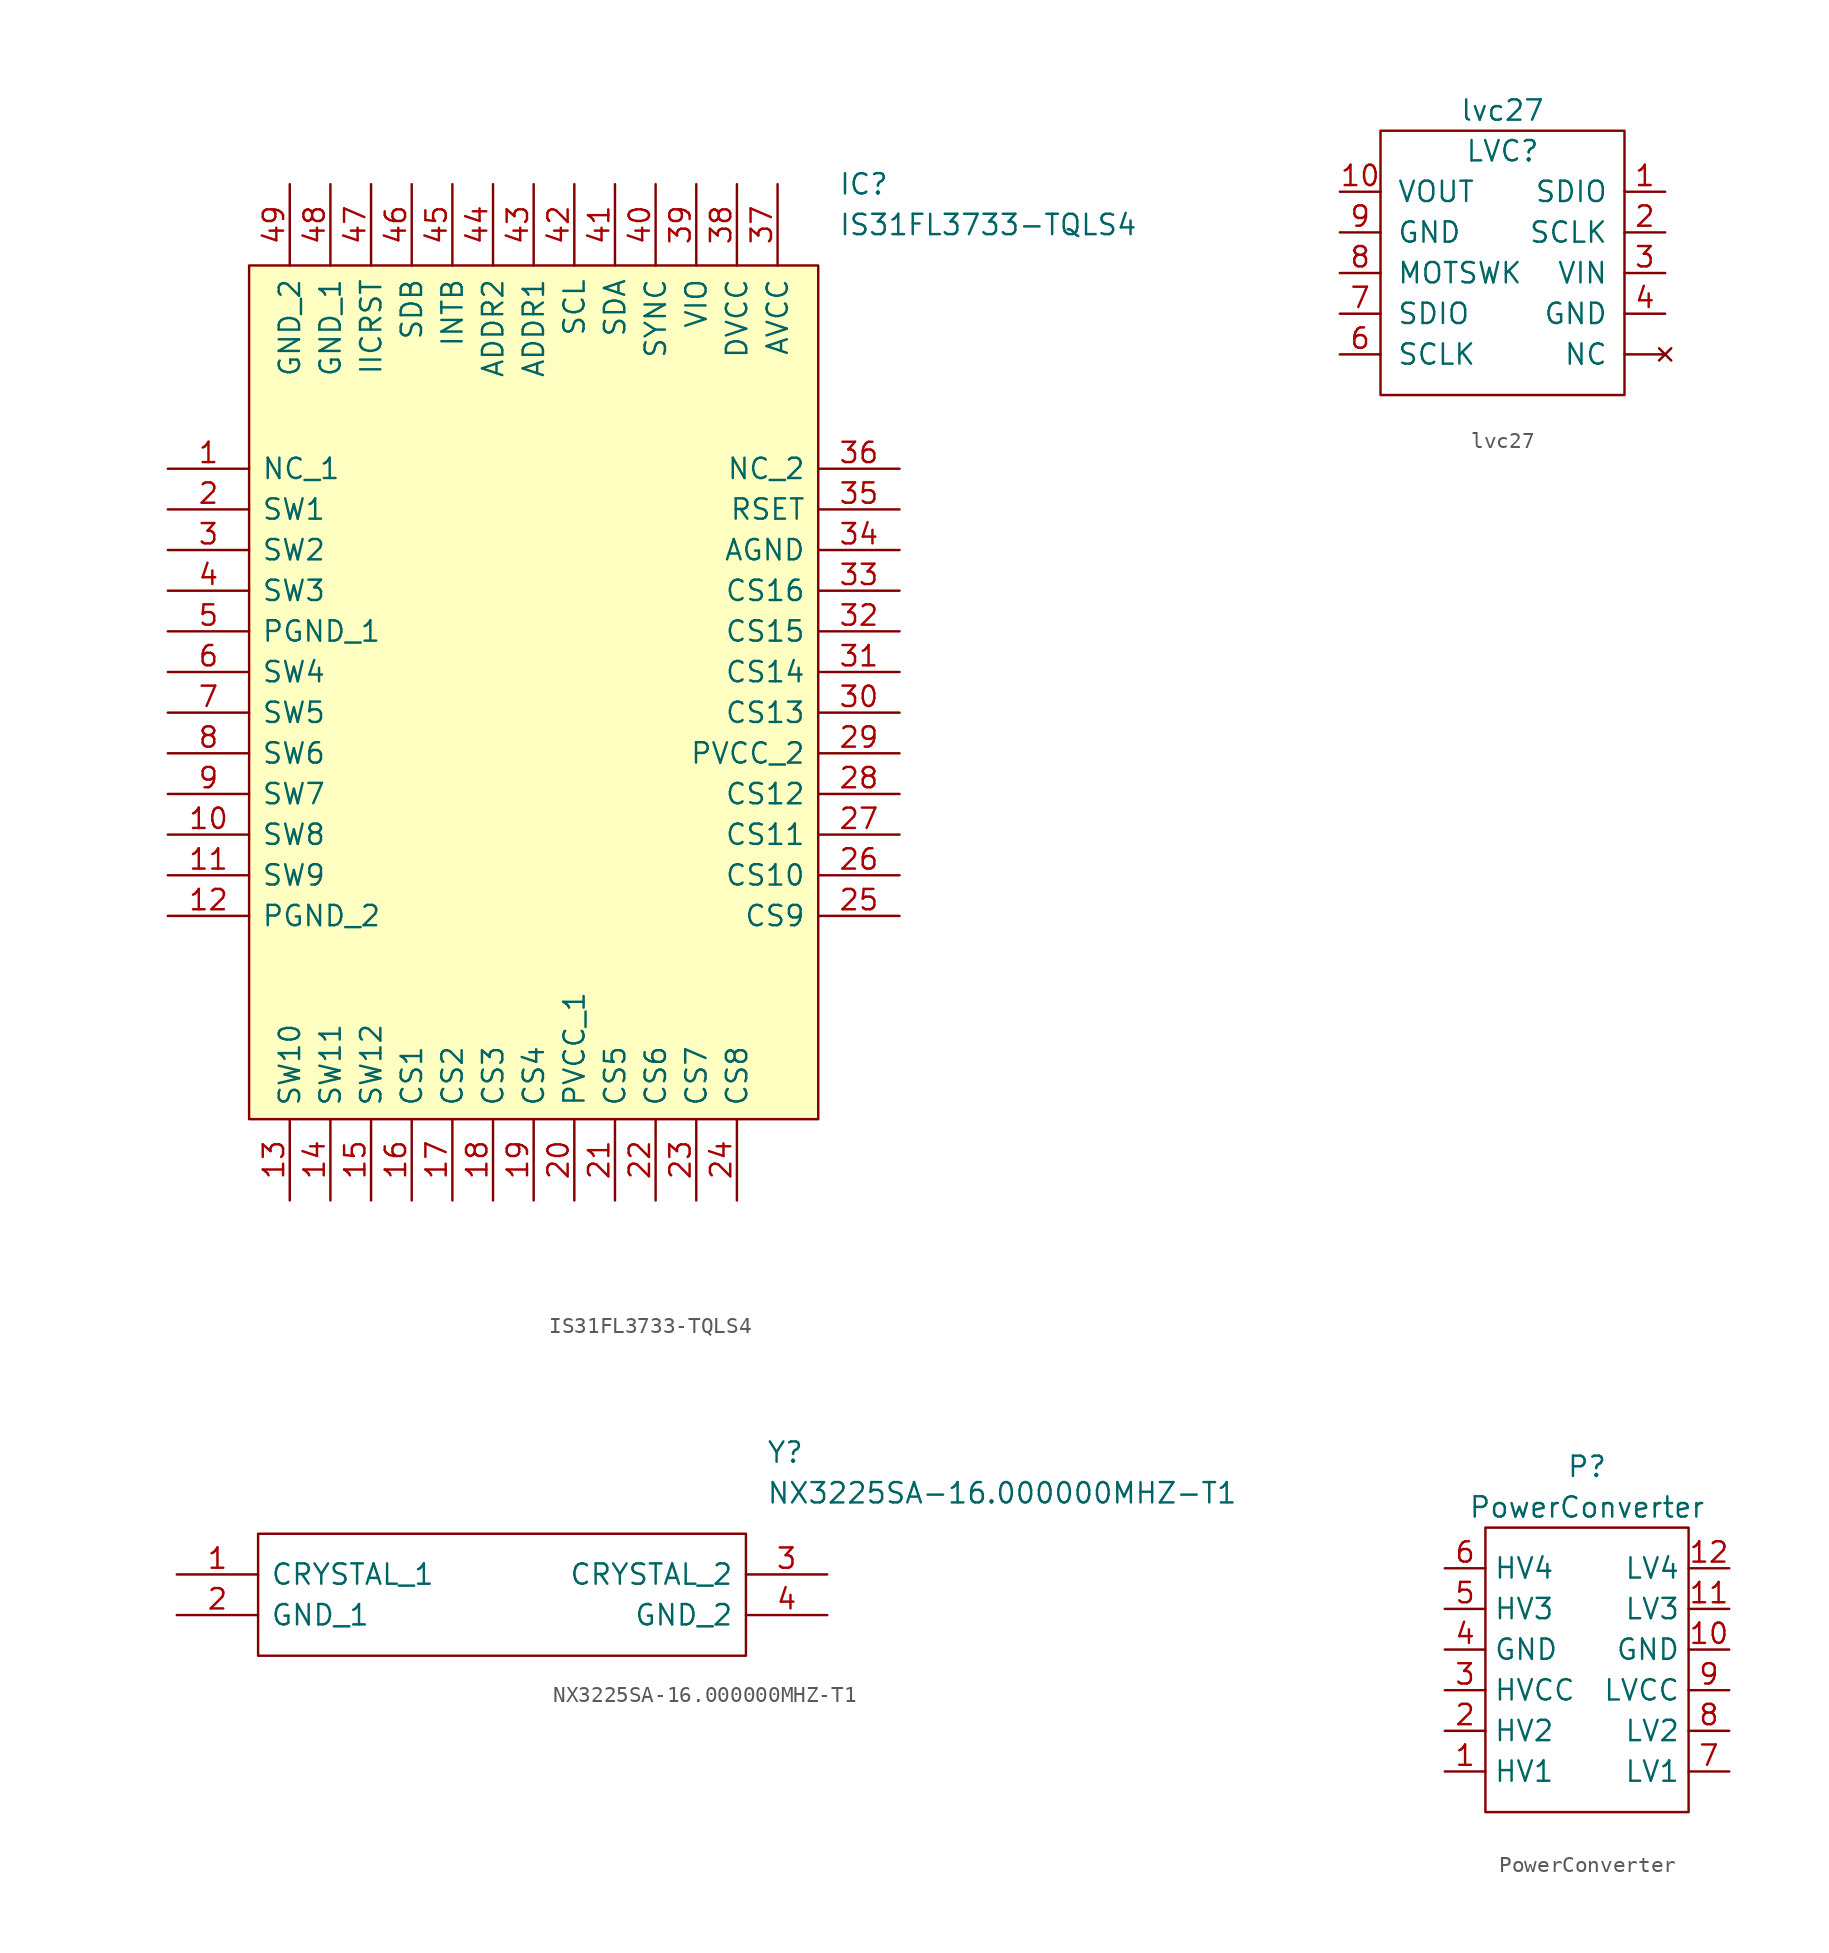
<source format=kicad_sym>
(kicad_symbol_lib
  (version 20211014)
  (generator kicad_symbol_editor)
  (symbol "IS31FL3733-TQLS4"
    (pin_names
      (offset 0.762))
    (property "Reference" "IC"
      (at 41.91 17.78 0)
      (effects (font (size 1.27 1.27)) (justify left)))
    (property "Value" "IS31FL3733-TQLS4"
      (at 41.91 15.24 0)
      (effects (font (size 1.27 1.27)) (justify left)))
    (symbol "IS31FL3733-TQLS4_0_0"
      (pin unspecified line (at 0 0 0) (length 5.08) (name "NC_1" (effects (font (size 1.27 1.27)))) (number "1" (effects (font (size 1.27 1.27)))))
      (pin unspecified line (at 0 -22.86 0) (length 5.08) (name "SW8" (effects (font (size 1.27 1.27)))) (number "10" (effects (font (size 1.27 1.27)))))
      (pin unspecified line (at 0 -25.4 0) (length 5.08) (name "SW9" (effects (font (size 1.27 1.27)))) (number "11" (effects (font (size 1.27 1.27)))))
      (pin unspecified line (at 0 -27.94 0) (length 5.08) (name "PGND_2" (effects (font (size 1.27 1.27)))) (number "12" (effects (font (size 1.27 1.27)))))
      (pin unspecified line (at 7.62 -45.72 90) (length 5.08) (name "SW10" (effects (font (size 1.27 1.27)))) (number "13" (effects (font (size 1.27 1.27)))))
      (pin unspecified line (at 10.16 -45.72 90) (length 5.08) (name "SW11" (effects (font (size 1.27 1.27)))) (number "14" (effects (font (size 1.27 1.27)))))
      (pin unspecified line (at 12.7 -45.72 90) (length 5.08) (name "SW12" (effects (font (size 1.27 1.27)))) (number "15" (effects (font (size 1.27 1.27)))))
      (pin unspecified line (at 15.24 -45.72 90) (length 5.08) (name "CS1" (effects (font (size 1.27 1.27)))) (number "16" (effects (font (size 1.27 1.27)))))
      (pin unspecified line (at 17.78 -45.72 90) (length 5.08) (name "CS2" (effects (font (size 1.27 1.27)))) (number "17" (effects (font (size 1.27 1.27)))))
      (pin unspecified line (at 20.32 -45.72 90) (length 5.08) (name "CS3" (effects (font (size 1.27 1.27)))) (number "18" (effects (font (size 1.27 1.27)))))
      (pin unspecified line (at 22.86 -45.72 90) (length 5.08) (name "CS4" (effects (font (size 1.27 1.27)))) (number "19" (effects (font (size 1.27 1.27)))))
      (pin unspecified line (at 0 -2.54 0) (length 5.08) (name "SW1" (effects (font (size 1.27 1.27)))) (number "2" (effects (font (size 1.27 1.27)))))
      (pin unspecified line (at 25.4 -45.72 90) (length 5.08) (name "PVCC_1" (effects (font (size 1.27 1.27)))) (number "20" (effects (font (size 1.27 1.27)))))
      (pin unspecified line (at 27.94 -45.72 90) (length 5.08) (name "CS5" (effects (font (size 1.27 1.27)))) (number "21" (effects (font (size 1.27 1.27)))))
      (pin unspecified line (at 30.48 -45.72 90) (length 5.08) (name "CS6" (effects (font (size 1.27 1.27)))) (number "22" (effects (font (size 1.27 1.27)))))
      (pin unspecified line (at 33.02 -45.72 90) (length 5.08) (name "CS7" (effects (font (size 1.27 1.27)))) (number "23" (effects (font (size 1.27 1.27)))))
      (pin unspecified line (at 35.56 -45.72 90) (length 5.08) (name "CS8" (effects (font (size 1.27 1.27)))) (number "24" (effects (font (size 1.27 1.27)))))
      (pin unspecified line (at 45.72 -27.94 180) (length 5.08) (name "CS9" (effects (font (size 1.27 1.27)))) (number "25" (effects (font (size 1.27 1.27)))))
      (pin unspecified line (at 45.72 -25.4 180) (length 5.08) (name "CS10" (effects (font (size 1.27 1.27)))) (number "26" (effects (font (size 1.27 1.27)))))
      (pin unspecified line (at 45.72 -22.86 180) (length 5.08) (name "CS11" (effects (font (size 1.27 1.27)))) (number "27" (effects (font (size 1.27 1.27)))))
      (pin unspecified line (at 45.72 -20.32 180) (length 5.08) (name "CS12" (effects (font (size 1.27 1.27)))) (number "28" (effects (font (size 1.27 1.27)))))
      (pin unspecified line (at 45.72 -17.78 180) (length 5.08) (name "PVCC_2" (effects (font (size 1.27 1.27)))) (number "29" (effects (font (size 1.27 1.27)))))
      (pin unspecified line (at 0 -5.08 0) (length 5.08) (name "SW2" (effects (font (size 1.27 1.27)))) (number "3" (effects (font (size 1.27 1.27)))))
      (pin unspecified line (at 45.72 -15.24 180) (length 5.08) (name "CS13" (effects (font (size 1.27 1.27)))) (number "30" (effects (font (size 1.27 1.27)))))
      (pin unspecified line (at 45.72 -12.7 180) (length 5.08) (name "CS14" (effects (font (size 1.27 1.27)))) (number "31" (effects (font (size 1.27 1.27)))))
      (pin unspecified line (at 45.72 -10.16 180) (length 5.08) (name "CS15" (effects (font (size 1.27 1.27)))) (number "32" (effects (font (size 1.27 1.27)))))
      (pin unspecified line (at 45.72 -7.62 180) (length 5.08) (name "CS16" (effects (font (size 1.27 1.27)))) (number "33" (effects (font (size 1.27 1.27)))))
      (pin unspecified line (at 45.72 -5.08 180) (length 5.08) (name "AGND" (effects (font (size 1.27 1.27)))) (number "34" (effects (font (size 1.27 1.27)))))
      (pin unspecified line (at 45.72 -2.54 180) (length 5.08) (name "RSET" (effects (font (size 1.27 1.27)))) (number "35" (effects (font (size 1.27 1.27)))))
      (pin unspecified line (at 45.72 0 180) (length 5.08) (name "NC_2" (effects (font (size 1.27 1.27)))) (number "36" (effects (font (size 1.27 1.27)))))
      (pin unspecified line (at 38.1 17.78 270) (length 5.08) (name "AVCC" (effects (font (size 1.27 1.27)))) (number "37" (effects (font (size 1.27 1.27)))))
      (pin unspecified line (at 35.56 17.78 270) (length 5.08) (name "DVCC" (effects (font (size 1.27 1.27)))) (number "38" (effects (font (size 1.27 1.27)))))
      (pin unspecified line (at 33.02 17.78 270) (length 5.08) (name "VIO" (effects (font (size 1.27 1.27)))) (number "39" (effects (font (size 1.27 1.27)))))
      (pin unspecified line (at 0 -7.62 0) (length 5.08) (name "SW3" (effects (font (size 1.27 1.27)))) (number "4" (effects (font (size 1.27 1.27)))))
      (pin unspecified line (at 30.48 17.78 270) (length 5.08) (name "SYNC" (effects (font (size 1.27 1.27)))) (number "40" (effects (font (size 1.27 1.27)))))
      (pin unspecified line (at 27.94 17.78 270) (length 5.08) (name "SDA" (effects (font (size 1.27 1.27)))) (number "41" (effects (font (size 1.27 1.27)))))
      (pin unspecified line (at 25.4 17.78 270) (length 5.08) (name "SCL" (effects (font (size 1.27 1.27)))) (number "42" (effects (font (size 1.27 1.27)))))
      (pin unspecified line (at 22.86 17.78 270) (length 5.08) (name "ADDR1" (effects (font (size 1.27 1.27)))) (number "43" (effects (font (size 1.27 1.27)))))
      (pin unspecified line (at 20.32 17.78 270) (length 5.08) (name "ADDR2" (effects (font (size 1.27 1.27)))) (number "44" (effects (font (size 1.27 1.27)))))
      (pin unspecified line (at 17.78 17.78 270) (length 5.08) (name "INTB" (effects (font (size 1.27 1.27)))) (number "45" (effects (font (size 1.27 1.27)))))
      (pin unspecified line (at 15.24 17.78 270) (length 5.08) (name "SDB" (effects (font (size 1.27 1.27)))) (number "46" (effects (font (size 1.27 1.27)))))
      (pin unspecified line (at 12.7 17.78 270) (length 5.08) (name "IICRST" (effects (font (size 1.27 1.27)))) (number "47" (effects (font (size 1.27 1.27)))))
      (pin unspecified line (at 10.16 17.78 270) (length 5.08) (name "GND_1" (effects (font (size 1.27 1.27)))) (number "48" (effects (font (size 1.27 1.27)))))
      (pin unspecified line (at 7.62 17.78 270) (length 5.08) (name "GND_2" (effects (font (size 1.27 1.27)))) (number "49" (effects (font (size 1.27 1.27)))))
      (pin unspecified line (at 0 -10.16 0) (length 5.08) (name "PGND_1" (effects (font (size 1.27 1.27)))) (number "5" (effects (font (size 1.27 1.27)))))
      (pin unspecified line (at 0 -12.7 0) (length 5.08) (name "SW4" (effects (font (size 1.27 1.27)))) (number "6" (effects (font (size 1.27 1.27)))))
      (pin unspecified line (at 0 -15.24 0) (length 5.08) (name "SW5" (effects (font (size 1.27 1.27)))) (number "7" (effects (font (size 1.27 1.27)))))
      (pin unspecified line (at 0 -17.78 0) (length 5.08) (name "SW6" (effects (font (size 1.27 1.27)))) (number "8" (effects (font (size 1.27 1.27)))))
      (pin unspecified line (at 0 -20.32 0) (length 5.08) (name "SW7" (effects (font (size 1.27 1.27)))) (number "9" (effects (font (size 1.27 1.27))))))
    (symbol "IS31FL3733-TQLS4_0_1"
      (polyline (pts (xy 5.08 12.7) (xy 40.64 12.7) (xy 40.64 -40.64) (xy 5.08 -40.64) (xy 5.08 12.7)) (stroke (width 0.152) (type default) (color 0 0 0 0)) (fill (type background)))))
  (symbol "lvc27"
    (pin_names
      (offset 1.016))
    (property "Reference" "LVC"
      (at 0 7.62 0)
      (effects (font (size 1.27 1.27))))
    (property "Value" "lvc27"
      (at 0 10.16 0)
      (effects (font (size 1.27 1.27))))
    (symbol "lvc27_0_1"
      (rectangle (start -7.62 8.89) (end 7.62 -7.62) (stroke (width 0) (type default) (color 0 0 0 0)) (fill (type none))))
    (symbol "lvc27_1_1"
      (pin input line (at 10.16 5.08 180) (length 2.54) (name "SDIO" (effects (font (size 1.27 1.27)))) (number "1" (effects (font (size 1.27 1.27)))))
      (pin input line (at -10.16 5.08 0) (length 2.54) (name "VOUT" (effects (font (size 1.27 1.27)))) (number "10" (effects (font (size 1.27 1.27)))))
      (pin input line (at 10.16 2.54 180) (length 2.54) (name "SCLK" (effects (font (size 1.27 1.27)))) (number "2" (effects (font (size 1.27 1.27)))))
      (pin input line (at 10.16 0 180) (length 2.54) (name "VIN" (effects (font (size 1.27 1.27)))) (number "3" (effects (font (size 1.27 1.27)))))
      (pin input line (at 10.16 -2.54 180) (length 2.54) (name "GND" (effects (font (size 1.27 1.27)))) (number "4" (effects (font (size 1.27 1.27)))))
      (pin input line (at -10.16 -5.08 0) (length 2.54) (name "SCLK" (effects (font (size 1.27 1.27)))) (number "6" (effects (font (size 1.27 1.27)))))
      (pin input line (at -10.16 -2.54 0) (length 2.54) (name "SDIO" (effects (font (size 1.27 1.27)))) (number "7" (effects (font (size 1.27 1.27)))))
      (pin input line (at -10.16 0 0) (length 2.54) (name "MOTSWK" (effects (font (size 1.27 1.27)))) (number "8" (effects (font (size 1.27 1.27)))))
      (pin input line (at -10.16 2.54 0) (length 2.54) (name "GND" (effects (font (size 1.27 1.27)))) (number "9" (effects (font (size 1.27 1.27)))))
      (pin no_connect line (at 10.16 -5.08 180) (length 2.54) (name "NC" (effects (font (size 1.27 1.27)))) (number "~" (effects (font (size 1.27 1.27)))))))
  (symbol "NX3225SA-16.000000MHZ-T1"
    (pin_names
      (offset 0.762))
    (property "Reference" "Y"
      (at 36.83 7.62 0)
      (effects (font (size 1.27 1.27)) (justify left)))
    (property "Value" "NX3225SA-16.000000MHZ-T1"
      (at 36.83 5.08 0)
      (effects (font (size 1.27 1.27)) (justify left)))
    (symbol "NX3225SA-16.000000MHZ-T1_0_0"
      (pin unspecified line (at 0 0 0) (length 5.08) (name "CRYSTAL_1" (effects (font (size 1.27 1.27)))) (number "1" (effects (font (size 1.27 1.27)))))
      (pin unspecified line (at 0 -2.54 0) (length 5.08) (name "GND_1" (effects (font (size 1.27 1.27)))) (number "2" (effects (font (size 1.27 1.27)))))
      (pin unspecified line (at 40.64 0 180) (length 5.08) (name "CRYSTAL_2" (effects (font (size 1.27 1.27)))) (number "3" (effects (font (size 1.27 1.27)))))
      (pin unspecified line (at 40.64 -2.54 180) (length 5.08) (name "GND_2" (effects (font (size 1.27 1.27)))) (number "4" (effects (font (size 1.27 1.27))))))
    (symbol "NX3225SA-16.000000MHZ-T1_0_1"
      (polyline (pts (xy 5.08 2.54) (xy 35.56 2.54) (xy 35.56 -5.08) (xy 5.08 -5.08) (xy 5.08 2.54)) (stroke (width 0.152) (type default) (color 0 0 0 0)) (fill (type none)))))
  (symbol "PowerConverter"
    (property "Reference" "P"
      (at 0 12.7 0)
      (effects (font (size 1.27 1.27))))
    (property "Value" "PowerConverter"
      (at 0 10.16 0)
      (effects (font (size 1.27 1.27))))
    (symbol "PowerConverter_0_1"
      (rectangle (start -6.35 8.89) (end 6.35 -8.89) (stroke (width 0.152) (type default) (color 0 0 0 0)) (fill (type none))))
    (symbol "PowerConverter_1_1"
      (pin bidirectional line (at -8.89 -6.35 0) (length 2.54) (name "HV1" (effects (font (size 1.27 1.27)))) (number "1" (effects (font (size 1.27 1.27)))))
      (pin power_in line (at 8.89 1.27 180) (length 2.54) (name "GND" (effects (font (size 1.27 1.27)))) (number "10" (effects (font (size 1.27 1.27)))))
      (pin bidirectional line (at 8.89 3.81 180) (length 2.54) (name "LV3" (effects (font (size 1.27 1.27)))) (number "11" (effects (font (size 1.27 1.27)))))
      (pin bidirectional line (at 8.89 6.35 180) (length 2.54) (name "LV4" (effects (font (size 1.27 1.27)))) (number "12" (effects (font (size 1.27 1.27)))))
      (pin bidirectional line (at -8.89 -3.81 0) (length 2.54) (name "HV2" (effects (font (size 1.27 1.27)))) (number "2" (effects (font (size 1.27 1.27)))))
      (pin power_in line (at -8.89 -1.27 0) (length 2.54) (name "HVCC" (effects (font (size 1.27 1.27)))) (number "3" (effects (font (size 1.27 1.27)))))
      (pin power_in line (at -8.89 1.27 0) (length 2.54) (name "GND" (effects (font (size 1.27 1.27)))) (number "4" (effects (font (size 1.27 1.27)))))
      (pin bidirectional line (at -8.89 3.81 0) (length 2.54) (name "HV3" (effects (font (size 1.27 1.27)))) (number "5" (effects (font (size 1.27 1.27)))))
      (pin bidirectional line (at -8.89 6.35 0) (length 2.54) (name "HV4" (effects (font (size 1.27 1.27)))) (number "6" (effects (font (size 1.27 1.27)))))
      (pin bidirectional line (at 8.89 -6.35 180) (length 2.54) (name "LV1" (effects (font (size 1.27 1.27)))) (number "7" (effects (font (size 1.27 1.27)))))
      (pin bidirectional line (at 8.89 -3.81 180) (length 2.54) (name "LV2" (effects (font (size 1.27 1.27)))) (number "8" (effects (font (size 1.27 1.27)))))
      (pin power_in line (at 8.89 -1.27 180) (length 2.54) (name "LVCC" (effects (font (size 1.27 1.27)))) (number "9" (effects (font (size 1.27 1.27))))))))
</source>
